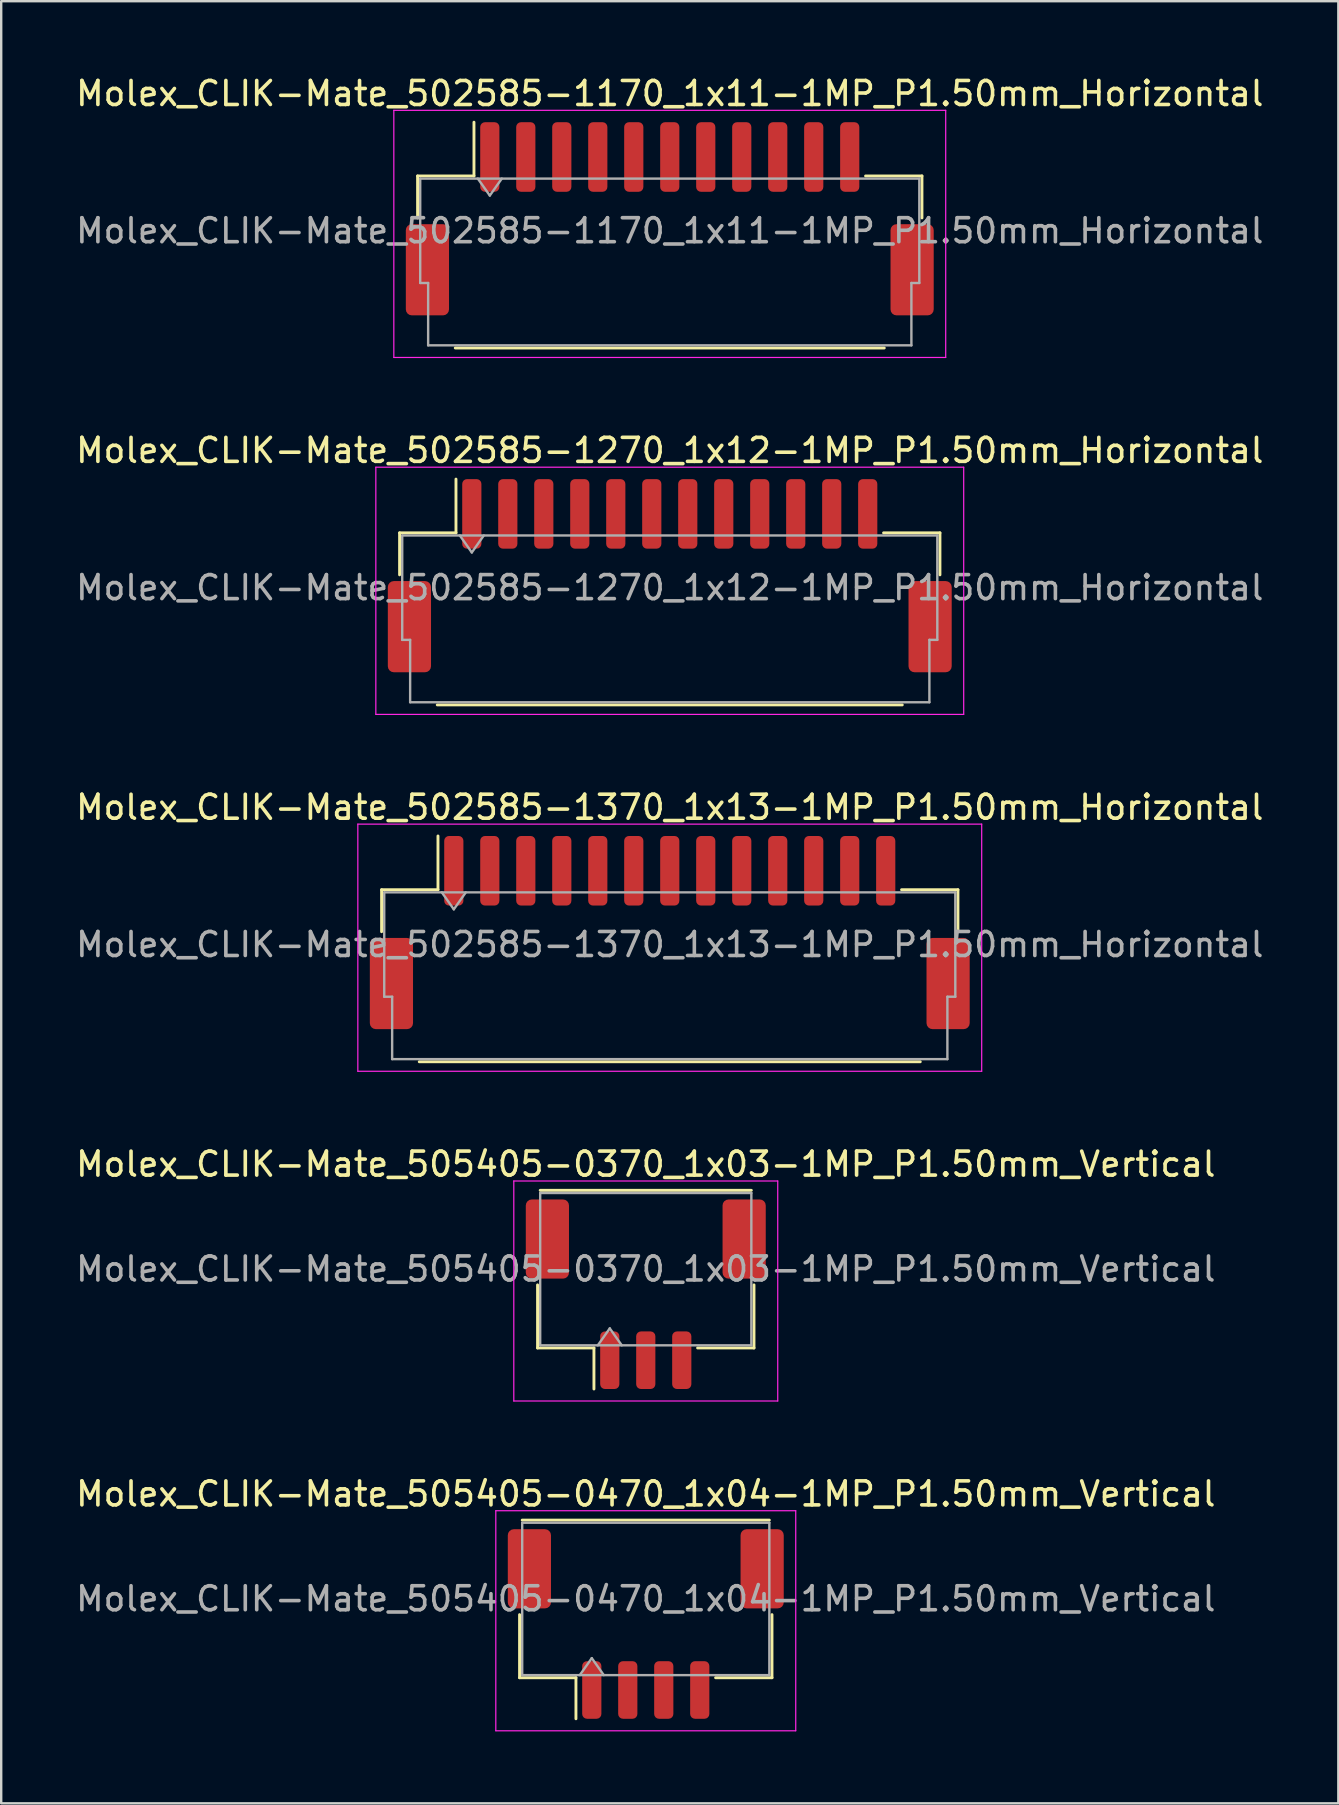
<source format=kicad_pcb>
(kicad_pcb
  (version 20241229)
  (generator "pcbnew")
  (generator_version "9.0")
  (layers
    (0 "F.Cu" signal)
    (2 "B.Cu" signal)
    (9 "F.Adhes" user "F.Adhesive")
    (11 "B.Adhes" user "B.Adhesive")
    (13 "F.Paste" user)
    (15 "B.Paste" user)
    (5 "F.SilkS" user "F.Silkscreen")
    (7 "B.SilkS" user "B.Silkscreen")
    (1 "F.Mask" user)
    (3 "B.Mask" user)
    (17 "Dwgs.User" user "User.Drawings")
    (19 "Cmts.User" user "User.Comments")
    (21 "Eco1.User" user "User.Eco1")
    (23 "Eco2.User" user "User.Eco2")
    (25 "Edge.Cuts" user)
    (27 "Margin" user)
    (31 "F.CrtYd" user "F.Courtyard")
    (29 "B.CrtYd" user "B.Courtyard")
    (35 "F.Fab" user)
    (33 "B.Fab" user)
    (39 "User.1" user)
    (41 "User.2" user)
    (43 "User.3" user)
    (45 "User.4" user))
  (footprint "Molex_CLIK-Mate_502585-1370_1x13-1MP_P1.50mm_Horizontal"
    (layer "F.Cu")
    (at 24.863 35.815)
    (property "Reference" "Molex_CLIK-Mate_502585-1370_1x13-1MP_P1.50mm_Horizontal" (at 0 -5.22 0) (layer "F.SilkS") (effects (font (size 1 1) (thickness 0.15))))
    (attr smd)
    (fp_line (start -12.01 -1.785) (end -9.66 -1.785) (stroke (width 0.12) (type solid)) (layer "F.SilkS"))
    (fp_line (start -12.01 -0.035) (end -12.01 -1.785) (stroke (width 0.12) (type solid)) (layer "F.SilkS"))
    (fp_line (start -10.44 5.385) (end 10.44 5.385) (stroke (width 0.12) (type solid)) (layer "F.SilkS"))
    (fp_line (start -9.66 -1.785) (end -9.66 -4.025) (stroke (width 0.12) (type solid)) (layer "F.SilkS"))
    (fp_line (start 12.01 -1.785) (end 9.66 -1.785) (stroke (width 0.12) (type solid)) (layer "F.SilkS"))
    (fp_line (start 12.01 -0.035) (end 12.01 -1.785) (stroke (width 0.12) (type solid)) (layer "F.SilkS"))
    (fp_line (start -13 -4.52) (end -13 5.78) (stroke (width 0.05) (type solid)) (layer "F.CrtYd"))
    (fp_line (start -13 5.78) (end 13 5.78) (stroke (width 0.05) (type solid)) (layer "F.CrtYd"))
    (fp_line (start 13 -4.52) (end -13 -4.52) (stroke (width 0.05) (type solid)) (layer "F.CrtYd"))
    (fp_line (start 13 5.78) (end 13 -4.52) (stroke (width 0.05) (type solid)) (layer "F.CrtYd"))
    (fp_line (start -11.9 -1.675) (end -11.9 2.675) (stroke (width 0.1) (type solid)) (layer "F.Fab"))
    (fp_line (start -11.9 -1.675) (end 11.9 -1.675) (stroke (width 0.1) (type solid)) (layer "F.Fab"))
    (fp_line (start -11.9 2.675) (end -11.57 2.675) (stroke (width 0.1) (type solid)) (layer "F.Fab"))
    (fp_line (start -11.57 2.675) (end -11.57 5.275) (stroke (width 0.1) (type solid)) (layer "F.Fab"))
    (fp_line (start -11.57 5.275) (end 11.57 5.275) (stroke (width 0.1) (type solid)) (layer "F.Fab"))
    (fp_line (start -9.5 -1.675) (end -9 -0.968) (stroke (width 0.1) (type solid)) (layer "F.Fab"))
    (fp_line (start -9 -0.968) (end -8.5 -1.675) (stroke (width 0.1) (type solid)) (layer "F.Fab"))
    (fp_line (start 11.57 2.675) (end 11.9 2.675) (stroke (width 0.1) (type solid)) (layer "F.Fab"))
    (fp_line (start 11.57 5.275) (end 11.57 2.675) (stroke (width 0.1) (type solid)) (layer "F.Fab"))
    (fp_line (start 11.9 -1.675) (end 11.9 2.675) (stroke (width 0.1) (type solid)) (layer "F.Fab"))
    (fp_text user "${REFERENCE}" (at 0 0.5 0) (layer "F.Fab") (effects (font (size 1 1) (thickness 0.15))))
    (pad "1" smd roundrect (at -9 -2.575) (size 0.8 2.9) (layers "F.Cu" "F.Mask" "F.Paste") (roundrect_rratio 0.25))
    (pad "2" smd roundrect (at -7.5 -2.575) (size 0.8 2.9) (layers "F.Cu" "F.Mask" "F.Paste") (roundrect_rratio 0.25))
    (pad "3" smd roundrect (at -6 -2.575) (size 0.8 2.9) (layers "F.Cu" "F.Mask" "F.Paste") (roundrect_rratio 0.25))
    (pad "4" smd roundrect (at -4.5 -2.575) (size 0.8 2.9) (layers "F.Cu" "F.Mask" "F.Paste") (roundrect_rratio 0.25))
    (pad "5" smd roundrect (at -3 -2.575) (size 0.8 2.9) (layers "F.Cu" "F.Mask" "F.Paste") (roundrect_rratio 0.25))
    (pad "6" smd roundrect (at -1.5 -2.575) (size 0.8 2.9) (layers "F.Cu" "F.Mask" "F.Paste") (roundrect_rratio 0.25))
    (pad "7" smd roundrect (at 0 -2.575) (size 0.8 2.9) (layers "F.Cu" "F.Mask" "F.Paste") (roundrect_rratio 0.25))
    (pad "8" smd roundrect (at 1.5 -2.575) (size 0.8 2.9) (layers "F.Cu" "F.Mask" "F.Paste") (roundrect_rratio 0.25))
    (pad "9" smd roundrect (at 3 -2.575) (size 0.8 2.9) (layers "F.Cu" "F.Mask" "F.Paste") (roundrect_rratio 0.25))
    (pad "10" smd roundrect (at 4.5 -2.575) (size 0.8 2.9) (layers "F.Cu" "F.Mask" "F.Paste") (roundrect_rratio 0.25))
    (pad "11" smd roundrect (at 6 -2.575) (size 0.8 2.9) (layers "F.Cu" "F.Mask" "F.Paste") (roundrect_rratio 0.25))
    (pad "12" smd roundrect (at 7.5 -2.575) (size 0.8 2.9) (layers "F.Cu" "F.Mask" "F.Paste") (roundrect_rratio 0.25))
    (pad "13" smd roundrect (at 9 -2.575) (size 0.8 2.9) (layers "F.Cu" "F.Mask" "F.Paste") (roundrect_rratio 0.25))
    (pad "MP" smd roundrect (at -11.6 2.125) (size 1.8 3.8) (layers "F.Cu" "F.Mask" "F.Paste") (roundrect_rratio 0.139))
    (pad "MP" smd roundrect (at 11.6 2.125) (size 1.8 3.8) (layers "F.Cu" "F.Mask" "F.Paste") (roundrect_rratio 0.139)))
  (footprint "Molex_CLIK-Mate_502585-1270_1x12-1MP_P1.50mm_Horizontal"
    (layer "F.Cu")
    (at 24.863 20.942)
    (property "Reference" "Molex_CLIK-Mate_502585-1270_1x12-1MP_P1.50mm_Horizontal" (at 0 -5.22 0) (layer "F.SilkS") (effects (font (size 1 1) (thickness 0.15))))
    (attr smd)
    (fp_line (start -11.26 -1.785) (end -8.91 -1.785) (stroke (width 0.12) (type solid)) (layer "F.SilkS"))
    (fp_line (start -11.26 -0.035) (end -11.26 -1.785) (stroke (width 0.12) (type solid)) (layer "F.SilkS"))
    (fp_line (start -9.69 5.385) (end 9.69 5.385) (stroke (width 0.12) (type solid)) (layer "F.SilkS"))
    (fp_line (start -8.91 -1.785) (end -8.91 -4.025) (stroke (width 0.12) (type solid)) (layer "F.SilkS"))
    (fp_line (start 11.26 -1.785) (end 8.91 -1.785) (stroke (width 0.12) (type solid)) (layer "F.SilkS"))
    (fp_line (start 11.26 -0.035) (end 11.26 -1.785) (stroke (width 0.12) (type solid)) (layer "F.SilkS"))
    (fp_line (start -12.25 -4.52) (end -12.25 5.78) (stroke (width 0.05) (type solid)) (layer "F.CrtYd"))
    (fp_line (start -12.25 5.78) (end 12.25 5.78) (stroke (width 0.05) (type solid)) (layer "F.CrtYd"))
    (fp_line (start 12.25 -4.52) (end -12.25 -4.52) (stroke (width 0.05) (type solid)) (layer "F.CrtYd"))
    (fp_line (start 12.25 5.78) (end 12.25 -4.52) (stroke (width 0.05) (type solid)) (layer "F.CrtYd"))
    (fp_line (start -11.15 -1.675) (end -11.15 2.675) (stroke (width 0.1) (type solid)) (layer "F.Fab"))
    (fp_line (start -11.15 -1.675) (end 11.15 -1.675) (stroke (width 0.1) (type solid)) (layer "F.Fab"))
    (fp_line (start -11.15 2.675) (end -10.82 2.675) (stroke (width 0.1) (type solid)) (layer "F.Fab"))
    (fp_line (start -10.82 2.675) (end -10.82 5.275) (stroke (width 0.1) (type solid)) (layer "F.Fab"))
    (fp_line (start -10.82 5.275) (end 10.82 5.275) (stroke (width 0.1) (type solid)) (layer "F.Fab"))
    (fp_line (start -8.75 -1.675) (end -8.25 -0.968) (stroke (width 0.1) (type solid)) (layer "F.Fab"))
    (fp_line (start -8.25 -0.968) (end -7.75 -1.675) (stroke (width 0.1) (type solid)) (layer "F.Fab"))
    (fp_line (start 10.82 2.675) (end 11.15 2.675) (stroke (width 0.1) (type solid)) (layer "F.Fab"))
    (fp_line (start 10.82 5.275) (end 10.82 2.675) (stroke (width 0.1) (type solid)) (layer "F.Fab"))
    (fp_line (start 11.15 -1.675) (end 11.15 2.675) (stroke (width 0.1) (type solid)) (layer "F.Fab"))
    (fp_text user "${REFERENCE}" (at 0 0.5 0) (layer "F.Fab") (effects (font (size 1 1) (thickness 0.15))))
    (pad "1" smd roundrect (at -8.25 -2.575) (size 0.8 2.9) (layers "F.Cu" "F.Mask" "F.Paste") (roundrect_rratio 0.25))
    (pad "2" smd roundrect (at -6.75 -2.575) (size 0.8 2.9) (layers "F.Cu" "F.Mask" "F.Paste") (roundrect_rratio 0.25))
    (pad "3" smd roundrect (at -5.25 -2.575) (size 0.8 2.9) (layers "F.Cu" "F.Mask" "F.Paste") (roundrect_rratio 0.25))
    (pad "4" smd roundrect (at -3.75 -2.575) (size 0.8 2.9) (layers "F.Cu" "F.Mask" "F.Paste") (roundrect_rratio 0.25))
    (pad "5" smd roundrect (at -2.25 -2.575) (size 0.8 2.9) (layers "F.Cu" "F.Mask" "F.Paste") (roundrect_rratio 0.25))
    (pad "6" smd roundrect (at -0.75 -2.575) (size 0.8 2.9) (layers "F.Cu" "F.Mask" "F.Paste") (roundrect_rratio 0.25))
    (pad "7" smd roundrect (at 0.75 -2.575) (size 0.8 2.9) (layers "F.Cu" "F.Mask" "F.Paste") (roundrect_rratio 0.25))
    (pad "8" smd roundrect (at 2.25 -2.575) (size 0.8 2.9) (layers "F.Cu" "F.Mask" "F.Paste") (roundrect_rratio 0.25))
    (pad "9" smd roundrect (at 3.75 -2.575) (size 0.8 2.9) (layers "F.Cu" "F.Mask" "F.Paste") (roundrect_rratio 0.25))
    (pad "10" smd roundrect (at 5.25 -2.575) (size 0.8 2.9) (layers "F.Cu" "F.Mask" "F.Paste") (roundrect_rratio 0.25))
    (pad "11" smd roundrect (at 6.75 -2.575) (size 0.8 2.9) (layers "F.Cu" "F.Mask" "F.Paste") (roundrect_rratio 0.25))
    (pad "12" smd roundrect (at 8.25 -2.575) (size 0.8 2.9) (layers "F.Cu" "F.Mask" "F.Paste") (roundrect_rratio 0.25))
    (pad "MP" smd roundrect (at -10.85 2.125) (size 1.8 3.8) (layers "F.Cu" "F.Mask" "F.Paste") (roundrect_rratio 0.139))
    (pad "MP" smd roundrect (at 10.85 2.125) (size 1.8 3.8) (layers "F.Cu" "F.Mask" "F.Paste") (roundrect_rratio 0.139)))
  (footprint "Molex_CLIK-Mate_502585-1170_1x11-1MP_P1.50mm_Horizontal"
    (layer "F.Cu")
    (at 24.863 6.068)
    (property "Reference" "Molex_CLIK-Mate_502585-1170_1x11-1MP_P1.50mm_Horizontal" (at 0 -5.22 0) (layer "F.SilkS") (effects (font (size 1 1) (thickness 0.15))))
    (attr smd)
    (fp_line (start -10.51 -1.785) (end -8.16 -1.785) (stroke (width 0.12) (type solid)) (layer "F.SilkS"))
    (fp_line (start -10.51 -0.035) (end -10.51 -1.785) (stroke (width 0.12) (type solid)) (layer "F.SilkS"))
    (fp_line (start -8.94 5.385) (end 8.94 5.385) (stroke (width 0.12) (type solid)) (layer "F.SilkS"))
    (fp_line (start -8.16 -1.785) (end -8.16 -4.025) (stroke (width 0.12) (type solid)) (layer "F.SilkS"))
    (fp_line (start 10.51 -1.785) (end 8.16 -1.785) (stroke (width 0.12) (type solid)) (layer "F.SilkS"))
    (fp_line (start 10.51 -0.035) (end 10.51 -1.785) (stroke (width 0.12) (type solid)) (layer "F.SilkS"))
    (fp_line (start -11.5 -4.52) (end -11.5 5.78) (stroke (width 0.05) (type solid)) (layer "F.CrtYd"))
    (fp_line (start -11.5 5.78) (end 11.5 5.78) (stroke (width 0.05) (type solid)) (layer "F.CrtYd"))
    (fp_line (start 11.5 -4.52) (end -11.5 -4.52) (stroke (width 0.05) (type solid)) (layer "F.CrtYd"))
    (fp_line (start 11.5 5.78) (end 11.5 -4.52) (stroke (width 0.05) (type solid)) (layer "F.CrtYd"))
    (fp_line (start -10.4 -1.675) (end -10.4 2.675) (stroke (width 0.1) (type solid)) (layer "F.Fab"))
    (fp_line (start -10.4 -1.675) (end 10.4 -1.675) (stroke (width 0.1) (type solid)) (layer "F.Fab"))
    (fp_line (start -10.4 2.675) (end -10.07 2.675) (stroke (width 0.1) (type solid)) (layer "F.Fab"))
    (fp_line (start -10.07 2.675) (end -10.07 5.275) (stroke (width 0.1) (type solid)) (layer "F.Fab"))
    (fp_line (start -10.07 5.275) (end 10.07 5.275) (stroke (width 0.1) (type solid)) (layer "F.Fab"))
    (fp_line (start -8 -1.675) (end -7.5 -0.968) (stroke (width 0.1) (type solid)) (layer "F.Fab"))
    (fp_line (start -7.5 -0.968) (end -7 -1.675) (stroke (width 0.1) (type solid)) (layer "F.Fab"))
    (fp_line (start 10.07 2.675) (end 10.4 2.675) (stroke (width 0.1) (type solid)) (layer "F.Fab"))
    (fp_line (start 10.07 5.275) (end 10.07 2.675) (stroke (width 0.1) (type solid)) (layer "F.Fab"))
    (fp_line (start 10.4 -1.675) (end 10.4 2.675) (stroke (width 0.1) (type solid)) (layer "F.Fab"))
    (fp_text user "${REFERENCE}" (at 0 0.5 0) (layer "F.Fab") (effects (font (size 1 1) (thickness 0.15))))
    (pad "1" smd roundrect (at -7.5 -2.575) (size 0.8 2.9) (layers "F.Cu" "F.Mask" "F.Paste") (roundrect_rratio 0.25))
    (pad "2" smd roundrect (at -6 -2.575) (size 0.8 2.9) (layers "F.Cu" "F.Mask" "F.Paste") (roundrect_rratio 0.25))
    (pad "3" smd roundrect (at -4.5 -2.575) (size 0.8 2.9) (layers "F.Cu" "F.Mask" "F.Paste") (roundrect_rratio 0.25))
    (pad "4" smd roundrect (at -3 -2.575) (size 0.8 2.9) (layers "F.Cu" "F.Mask" "F.Paste") (roundrect_rratio 0.25))
    (pad "5" smd roundrect (at -1.5 -2.575) (size 0.8 2.9) (layers "F.Cu" "F.Mask" "F.Paste") (roundrect_rratio 0.25))
    (pad "6" smd roundrect (at 0 -2.575) (size 0.8 2.9) (layers "F.Cu" "F.Mask" "F.Paste") (roundrect_rratio 0.25))
    (pad "7" smd roundrect (at 1.5 -2.575) (size 0.8 2.9) (layers "F.Cu" "F.Mask" "F.Paste") (roundrect_rratio 0.25))
    (pad "8" smd roundrect (at 3 -2.575) (size 0.8 2.9) (layers "F.Cu" "F.Mask" "F.Paste") (roundrect_rratio 0.25))
    (pad "9" smd roundrect (at 4.5 -2.575) (size 0.8 2.9) (layers "F.Cu" "F.Mask" "F.Paste") (roundrect_rratio 0.25))
    (pad "10" smd roundrect (at 6 -2.575) (size 0.8 2.9) (layers "F.Cu" "F.Mask" "F.Paste") (roundrect_rratio 0.25))
    (pad "11" smd roundrect (at 7.5 -2.575) (size 0.8 2.9) (layers "F.Cu" "F.Mask" "F.Paste") (roundrect_rratio 0.25))
    (pad "MP" smd roundrect (at -10.1 2.125) (size 1.8 3.8) (layers "F.Cu" "F.Mask" "F.Paste") (roundrect_rratio 0.139))
    (pad "MP" smd roundrect (at 10.1 2.125) (size 1.8 3.8) (layers "F.Cu" "F.Mask" "F.Paste") (roundrect_rratio 0.139)))
  (footprint "Molex_CLIK-Mate_505405-0370_1x03-1MP_P1.50mm_Vertical"
    (layer "F.Cu")
    (at 23.863 50.888)
    (property "Reference" "Molex_CLIK-Mate_505405-0370_1x03-1MP_P1.50mm_Vertical" (at 0 -5.42 0) (layer "F.SilkS") (effects (font (size 1 1) (thickness 0.15))))
    (attr smd)
    (fp_line (start -4.51 -0.39) (end -4.51 2.24) (stroke (width 0.12) (type solid)) (layer "F.SilkS"))
    (fp_line (start -4.51 2.24) (end -2.16 2.24) (stroke (width 0.12) (type solid)) (layer "F.SilkS"))
    (fp_line (start -4.4 -4.33) (end 4.4 -4.33) (stroke (width 0.12) (type solid)) (layer "F.SilkS"))
    (fp_line (start -2.16 2.24) (end -2.16 3.95) (stroke (width 0.12) (type solid)) (layer "F.SilkS"))
    (fp_line (start 4.51 -0.39) (end 4.51 2.24) (stroke (width 0.12) (type solid)) (layer "F.SilkS"))
    (fp_line (start 4.51 2.24) (end 2.16 2.24) (stroke (width 0.12) (type solid)) (layer "F.SilkS"))
    (fp_line (start -5.5 -4.72) (end -5.5 4.45) (stroke (width 0.05) (type solid)) (layer "F.CrtYd"))
    (fp_line (start -5.5 4.45) (end 5.5 4.45) (stroke (width 0.05) (type solid)) (layer "F.CrtYd"))
    (fp_line (start 5.5 -4.72) (end -5.5 -4.72) (stroke (width 0.05) (type solid)) (layer "F.CrtYd"))
    (fp_line (start 5.5 4.45) (end 5.5 -4.72) (stroke (width 0.05) (type solid)) (layer "F.CrtYd"))
    (fp_line (start -4.4 -4.22) (end 4.4 -4.22) (stroke (width 0.1) (type solid)) (layer "F.Fab"))
    (fp_line (start -4.4 2.13) (end -4.4 -4.22) (stroke (width 0.1) (type solid)) (layer "F.Fab"))
    (fp_line (start -4.4 2.13) (end 4.4 2.13) (stroke (width 0.1) (type solid)) (layer "F.Fab"))
    (fp_line (start -2 2.13) (end -1.5 1.423) (stroke (width 0.1) (type solid)) (layer "F.Fab"))
    (fp_line (start -1.5 1.423) (end -1 2.13) (stroke (width 0.1) (type solid)) (layer "F.Fab"))
    (fp_line (start 4.4 2.13) (end 4.4 -4.22) (stroke (width 0.1) (type solid)) (layer "F.Fab"))
    (fp_text user "${REFERENCE}" (at 0 -1.05 0) (layer "F.Fab") (effects (font (size 1 1) (thickness 0.15))))
    (pad "1" smd roundrect (at -1.5 2.75) (size 0.8 2.4) (layers "F.Cu" "F.Mask" "F.Paste") (roundrect_rratio 0.25))
    (pad "2" smd roundrect (at 0 2.75) (size 0.8 2.4) (layers "F.Cu" "F.Mask" "F.Paste") (roundrect_rratio 0.25))
    (pad "3" smd roundrect (at 1.5 2.75) (size 0.8 2.4) (layers "F.Cu" "F.Mask" "F.Paste") (roundrect_rratio 0.25))
    (pad "MP" smd roundrect (at -4.1 -2.3) (size 1.8 3.3) (layers "F.Cu" "F.Mask" "F.Paste") (roundrect_rratio 0.139))
    (pad "MP" smd roundrect (at 4.1 -2.3) (size 1.8 3.3) (layers "F.Cu" "F.Mask" "F.Paste") (roundrect_rratio 0.139)))
  (footprint "Molex_CLIK-Mate_505405-0470_1x04-1MP_P1.50mm_Vertical"
    (layer "F.Cu")
    (at 23.863 64.631)
    (property "Reference" "Molex_CLIK-Mate_505405-0470_1x04-1MP_P1.50mm_Vertical" (at 0 -5.42 0) (layer "F.SilkS") (effects (font (size 1 1) (thickness 0.15))))
    (attr smd)
    (fp_line (start -5.26 -0.39) (end -5.26 2.24) (stroke (width 0.12) (type solid)) (layer "F.SilkS"))
    (fp_line (start -5.26 2.24) (end -2.91 2.24) (stroke (width 0.12) (type solid)) (layer "F.SilkS"))
    (fp_line (start -5.15 -4.33) (end 5.15 -4.33) (stroke (width 0.12) (type solid)) (layer "F.SilkS"))
    (fp_line (start -2.91 2.24) (end -2.91 3.95) (stroke (width 0.12) (type solid)) (layer "F.SilkS"))
    (fp_line (start 5.26 -0.39) (end 5.26 2.24) (stroke (width 0.12) (type solid)) (layer "F.SilkS"))
    (fp_line (start 5.26 2.24) (end 2.91 2.24) (stroke (width 0.12) (type solid)) (layer "F.SilkS"))
    (fp_line (start -6.25 -4.72) (end -6.25 4.45) (stroke (width 0.05) (type solid)) (layer "F.CrtYd"))
    (fp_line (start -6.25 4.45) (end 6.25 4.45) (stroke (width 0.05) (type solid)) (layer "F.CrtYd"))
    (fp_line (start 6.25 -4.72) (end -6.25 -4.72) (stroke (width 0.05) (type solid)) (layer "F.CrtYd"))
    (fp_line (start 6.25 4.45) (end 6.25 -4.72) (stroke (width 0.05) (type solid)) (layer "F.CrtYd"))
    (fp_line (start -5.15 -4.22) (end 5.15 -4.22) (stroke (width 0.1) (type solid)) (layer "F.Fab"))
    (fp_line (start -5.15 2.13) (end -5.15 -4.22) (stroke (width 0.1) (type solid)) (layer "F.Fab"))
    (fp_line (start -5.15 2.13) (end 5.15 2.13) (stroke (width 0.1) (type solid)) (layer "F.Fab"))
    (fp_line (start -2.75 2.13) (end -2.25 1.423) (stroke (width 0.1) (type solid)) (layer "F.Fab"))
    (fp_line (start -2.25 1.423) (end -1.75 2.13) (stroke (width 0.1) (type solid)) (layer "F.Fab"))
    (fp_line (start 5.15 2.13) (end 5.15 -4.22) (stroke (width 0.1) (type solid)) (layer "F.Fab"))
    (fp_text user "${REFERENCE}" (at 0 -1.05 0) (layer "F.Fab") (effects (font (size 1 1) (thickness 0.15))))
    (pad "1" smd roundrect (at -2.25 2.75) (size 0.8 2.4) (layers "F.Cu" "F.Mask" "F.Paste") (roundrect_rratio 0.25))
    (pad "2" smd roundrect (at -0.75 2.75) (size 0.8 2.4) (layers "F.Cu" "F.Mask" "F.Paste") (roundrect_rratio 0.25))
    (pad "3" smd roundrect (at 0.75 2.75) (size 0.8 2.4) (layers "F.Cu" "F.Mask" "F.Paste") (roundrect_rratio 0.25))
    (pad "4" smd roundrect (at 2.25 2.75) (size 0.8 2.4) (layers "F.Cu" "F.Mask" "F.Paste") (roundrect_rratio 0.25))
    (pad "MP" smd roundrect (at -4.85 -2.3) (size 1.8 3.3) (layers "F.Cu" "F.Mask" "F.Paste") (roundrect_rratio 0.139))
    (pad "MP" smd roundrect (at 4.85 -2.3) (size 1.8 3.3) (layers "F.Cu" "F.Mask" "F.Paste") (roundrect_rratio 0.139)))
  (gr_rect
    (start -3 -3)
    (end 52.726 72.106)
    (stroke (width 0.1) (type default))
    (fill no)
    (layer "Edge.Cuts")))
</source>
